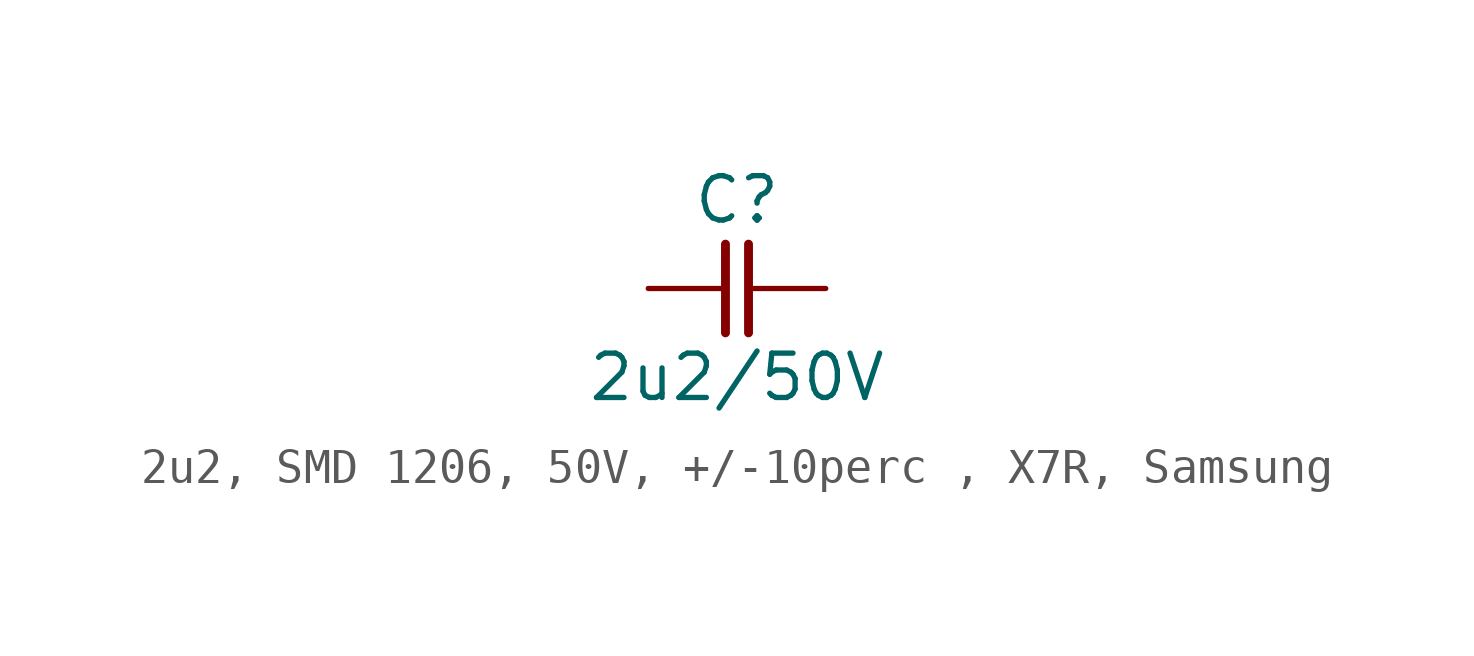
<source format=kicad_sym>
(kicad_symbol_lib
  (version 20231120)
  (generator "kicad_symbol_editor")
  (generator_version "8.0")
  (symbol "2u2, SMD 1206, 50V, +/-10perc , X7R, Samsung"
    (pin_numbers hide)
    (pin_names
      (offset 0) hide)
    (property "Reference" "C"
      (at 0 2.54 0)
      (effects (font (size 1.27 1.27))))
    (property "Value" "2u2/50V"
      (at 0 -2.54 0)
      (effects (font (size 1.27 1.27))))
    (symbol "2u2, SMD 1206, 50V, +/-10perc , X7R, Samsung_0_1"
      (polyline (pts (xy -0.33 1.27) (xy -0.33 -1.27)) (stroke (width 0.254) (type default)) (fill (type none)))
      (polyline (pts (xy 0.33 1.27) (xy 0.33 -1.27)) (stroke (width 0.254) (type default)) (fill (type none))))
    (symbol "2u2, SMD 1206, 50V, +/-10perc , X7R, Samsung_1_1"
      (pin passive line (at -2.54 0 0) (length 2.21) (name "1" (effects (font (size 1.27 1.27)))) (number "1" (effects (font (size 1.27 1.27)))))
      (pin passive line (at 2.54 0 180) (length 2.21) (name "2" (effects (font (size 1.27 1.27)))) (number "2" (effects (font (size 1.27 1.27))))))))
</source>
